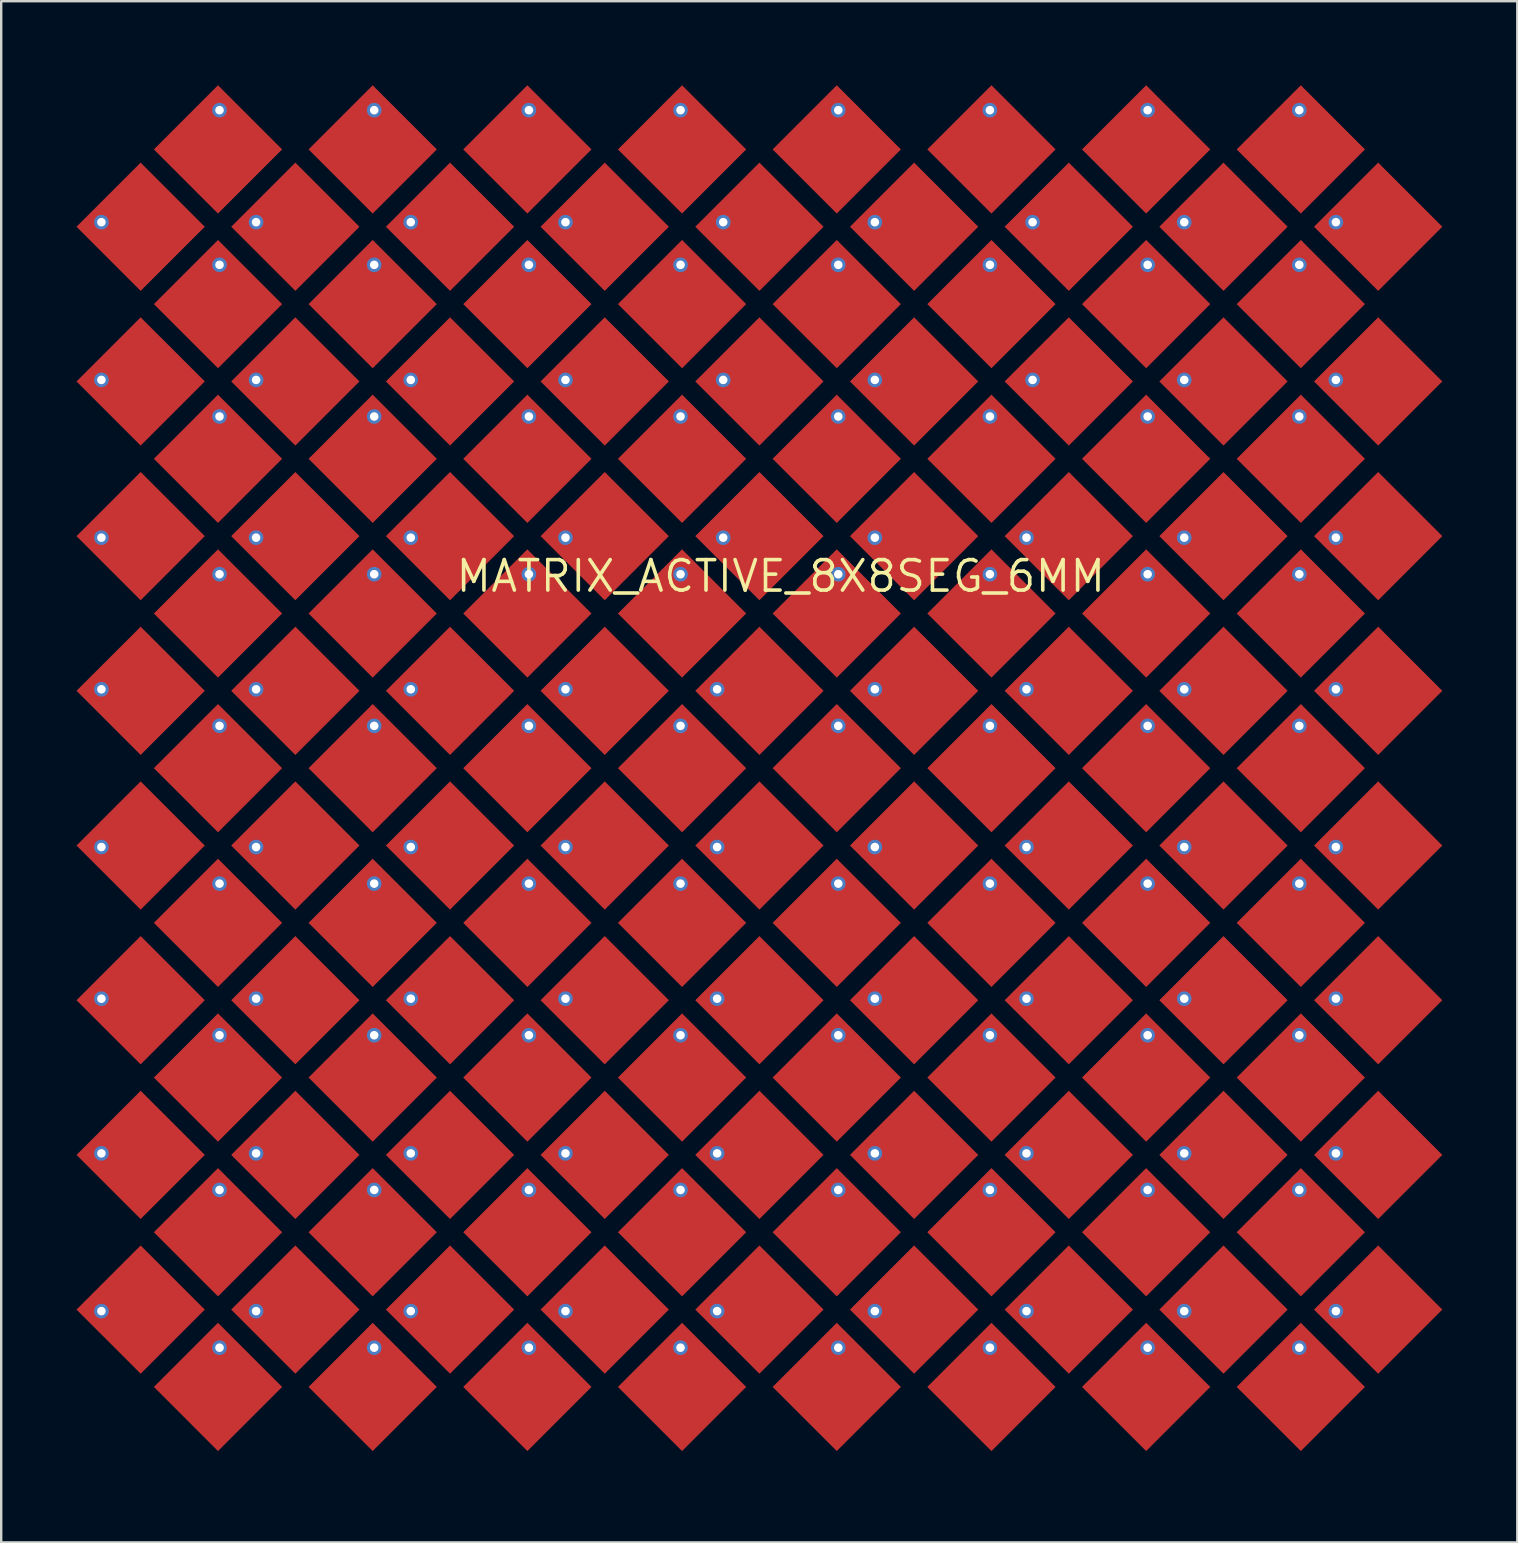
<source format=kicad_pcb>
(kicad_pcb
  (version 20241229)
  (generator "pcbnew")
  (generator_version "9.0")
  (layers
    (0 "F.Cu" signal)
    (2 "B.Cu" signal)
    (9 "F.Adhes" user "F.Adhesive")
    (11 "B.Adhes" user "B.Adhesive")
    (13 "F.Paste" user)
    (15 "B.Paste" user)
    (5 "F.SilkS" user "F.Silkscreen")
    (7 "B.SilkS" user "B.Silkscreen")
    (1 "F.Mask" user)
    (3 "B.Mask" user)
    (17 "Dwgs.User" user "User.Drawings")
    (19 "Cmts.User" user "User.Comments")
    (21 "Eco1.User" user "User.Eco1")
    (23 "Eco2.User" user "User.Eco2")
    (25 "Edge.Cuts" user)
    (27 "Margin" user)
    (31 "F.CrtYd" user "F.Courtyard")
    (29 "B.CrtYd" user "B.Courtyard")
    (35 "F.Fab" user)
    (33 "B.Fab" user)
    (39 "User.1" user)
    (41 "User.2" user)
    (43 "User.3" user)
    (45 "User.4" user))
  (footprint "MATRIX_ACTIVE_8X8SEG_6MM"
    (layer "F.Cu")
    (at 28.59 28.955)
    (property "Reference" "MATRIX_ACTIVE_8X8SEG_6MM" (at 0.89 -8 0) (layer "F.SilkS") (effects (font (size 1.27 1.27) (thickness 0.15))))
    (fp_poly (pts (xy -23.108 -22.558) (xy -25.78 -19.886) (xy -28.452 -22.558) (xy -25.78 -25.229)) (stroke (width 0) (type default)) (fill yes) (layer "F.Cu"))
    (fp_poly (pts (xy -23.108 -16.113) (xy -25.78 -13.441) (xy -28.452 -16.113) (xy -25.78 -18.784)) (stroke (width 0) (type default)) (fill yes) (layer "F.Cu"))
    (fp_poly (pts (xy -23.108 -9.668) (xy -25.78 -6.996) (xy -28.452 -9.668) (xy -25.78 -12.339)) (stroke (width 0) (type default)) (fill yes) (layer "F.Cu"))
    (fp_poly (pts (xy -23.108 -3.223) (xy -25.78 -0.551) (xy -28.452 -3.223) (xy -25.78 -5.894)) (stroke (width 0) (type default)) (fill yes) (layer "F.Cu"))
    (fp_poly (pts (xy -23.108 3.223) (xy -25.78 5.894) (xy -28.452 3.223) (xy -25.78 0.551)) (stroke (width 0) (type default)) (fill yes) (layer "F.Cu"))
    (fp_poly (pts (xy -23.108 9.668) (xy -25.78 12.339) (xy -28.452 9.668) (xy -25.78 6.996)) (stroke (width 0) (type default)) (fill yes) (layer "F.Cu"))
    (fp_poly (pts (xy -23.108 16.113) (xy -25.78 18.784) (xy -28.452 16.113) (xy -25.78 13.441)) (stroke (width 0) (type default)) (fill yes) (layer "F.Cu"))
    (fp_poly (pts (xy -23.108 22.558) (xy -25.78 25.229) (xy -28.452 22.558) (xy -25.78 19.886)) (stroke (width 0) (type default)) (fill yes) (layer "F.Cu"))
    (fp_poly (pts (xy -19.886 -25.78) (xy -22.558 -23.108) (xy -25.229 -25.78) (xy -22.558 -28.452)) (stroke (width 0) (type default)) (fill yes) (layer "F.Cu"))
    (fp_poly (pts (xy -19.886 -19.335) (xy -22.558 -16.663) (xy -25.229 -19.335) (xy -22.558 -22.007)) (stroke (width 0) (type default)) (fill yes) (layer "F.Cu"))
    (fp_poly (pts (xy -19.886 -12.89) (xy -22.558 -10.218) (xy -25.229 -12.89) (xy -22.558 -15.562)) (stroke (width 0) (type default)) (fill yes) (layer "F.Cu"))
    (fp_poly (pts (xy -19.886 -6.445) (xy -22.558 -3.773) (xy -25.229 -6.445) (xy -22.558 -9.117)) (stroke (width 0) (type default)) (fill yes) (layer "F.Cu"))
    (fp_poly (pts (xy -19.886 0) (xy -22.558 2.672) (xy -25.229 0) (xy -22.558 -2.672)) (stroke (width 0) (type default)) (fill yes) (layer "F.Cu"))
    (fp_poly (pts (xy -19.886 6.445) (xy -22.558 9.117) (xy -25.229 6.445) (xy -22.558 3.773)) (stroke (width 0) (type default)) (fill yes) (layer "F.Cu"))
    (fp_poly (pts (xy -19.886 12.89) (xy -22.558 15.562) (xy -25.229 12.89) (xy -22.558 10.218)) (stroke (width 0) (type default)) (fill yes) (layer "F.Cu"))
    (fp_poly (pts (xy -19.886 19.335) (xy -22.558 22.007) (xy -25.229 19.335) (xy -22.558 16.663)) (stroke (width 0) (type default)) (fill yes) (layer "F.Cu"))
    (fp_poly (pts (xy -19.886 25.78) (xy -22.558 28.452) (xy -25.229 25.78) (xy -22.558 23.108)) (stroke (width 0) (type default)) (fill yes) (layer "F.Cu"))
    (fp_poly (pts (xy -16.663 -22.558) (xy -19.335 -19.886) (xy -22.007 -22.558) (xy -19.335 -25.229)) (stroke (width 0) (type default)) (fill yes) (layer "F.Cu"))
    (fp_poly (pts (xy -16.663 -16.113) (xy -19.335 -13.441) (xy -22.007 -16.113) (xy -19.335 -18.784)) (stroke (width 0) (type default)) (fill yes) (layer "F.Cu"))
    (fp_poly (pts (xy -16.663 -9.668) (xy -19.335 -6.996) (xy -22.007 -9.668) (xy -19.335 -12.339)) (stroke (width 0) (type default)) (fill yes) (layer "F.Cu"))
    (fp_poly (pts (xy -16.663 -3.223) (xy -19.335 -0.551) (xy -22.007 -3.223) (xy -19.335 -5.894)) (stroke (width 0) (type default)) (fill yes) (layer "F.Cu"))
    (fp_poly (pts (xy -16.663 3.223) (xy -19.335 5.894) (xy -22.007 3.223) (xy -19.335 0.551)) (stroke (width 0) (type default)) (fill yes) (layer "F.Cu"))
    (fp_poly (pts (xy -16.663 9.668) (xy -19.335 12.339) (xy -22.007 9.668) (xy -19.335 6.996)) (stroke (width 0) (type default)) (fill yes) (layer "F.Cu"))
    (fp_poly (pts (xy -16.663 16.113) (xy -19.335 18.784) (xy -22.007 16.113) (xy -19.335 13.441)) (stroke (width 0) (type default)) (fill yes) (layer "F.Cu"))
    (fp_poly (pts (xy -16.663 22.558) (xy -19.335 25.229) (xy -22.007 22.558) (xy -19.335 19.886)) (stroke (width 0) (type default)) (fill yes) (layer "F.Cu"))
    (fp_poly (pts (xy -13.441 -25.78) (xy -16.113 -23.108) (xy -18.784 -25.78) (xy -16.113 -28.452)) (stroke (width 0) (type default)) (fill yes) (layer "F.Cu"))
    (fp_poly (pts (xy -13.441 -19.335) (xy -16.113 -16.663) (xy -18.784 -19.335) (xy -16.113 -22.007)) (stroke (width 0) (type default)) (fill yes) (layer "F.Cu"))
    (fp_poly (pts (xy -13.441 -12.89) (xy -16.113 -10.218) (xy -18.784 -12.89) (xy -16.113 -15.562)) (stroke (width 0) (type default)) (fill yes) (layer "F.Cu"))
    (fp_poly (pts (xy -13.441 -6.445) (xy -16.113 -3.773) (xy -18.784 -6.445) (xy -16.113 -9.117)) (stroke (width 0) (type default)) (fill yes) (layer "F.Cu"))
    (fp_poly (pts (xy -13.441 0) (xy -16.113 2.672) (xy -18.784 0) (xy -16.113 -2.672)) (stroke (width 0) (type default)) (fill yes) (layer "F.Cu"))
    (fp_poly (pts (xy -13.441 6.445) (xy -16.113 9.117) (xy -18.784 6.445) (xy -16.113 3.773)) (stroke (width 0) (type default)) (fill yes) (layer "F.Cu"))
    (fp_poly (pts (xy -13.441 12.89) (xy -16.113 15.562) (xy -18.784 12.89) (xy -16.113 10.218)) (stroke (width 0) (type default)) (fill yes) (layer "F.Cu"))
    (fp_poly (pts (xy -13.441 19.335) (xy -16.113 22.007) (xy -18.784 19.335) (xy -16.113 16.663)) (stroke (width 0) (type default)) (fill yes) (layer "F.Cu"))
    (fp_poly (pts (xy -13.441 25.78) (xy -16.113 28.452) (xy -18.784 25.78) (xy -16.113 23.108)) (stroke (width 0) (type default)) (fill yes) (layer "F.Cu"))
    (fp_poly (pts (xy -10.218 -22.558) (xy -12.89 -19.886) (xy -15.562 -22.558) (xy -12.89 -25.229)) (stroke (width 0) (type default)) (fill yes) (layer "F.Cu"))
    (fp_poly (pts (xy -10.218 -16.113) (xy -12.89 -13.441) (xy -15.562 -16.113) (xy -12.89 -18.784)) (stroke (width 0) (type default)) (fill yes) (layer "F.Cu"))
    (fp_poly (pts (xy -10.218 -9.668) (xy -12.89 -6.996) (xy -15.562 -9.668) (xy -12.89 -12.339)) (stroke (width 0) (type default)) (fill yes) (layer "F.Cu"))
    (fp_poly (pts (xy -10.218 -3.223) (xy -12.89 -0.551) (xy -15.562 -3.223) (xy -12.89 -5.894)) (stroke (width 0) (type default)) (fill yes) (layer "F.Cu"))
    (fp_poly (pts (xy -10.218 3.223) (xy -12.89 5.894) (xy -15.562 3.223) (xy -12.89 0.551)) (stroke (width 0) (type default)) (fill yes) (layer "F.Cu"))
    (fp_poly (pts (xy -10.218 9.668) (xy -12.89 12.339) (xy -15.562 9.668) (xy -12.89 6.996)) (stroke (width 0) (type default)) (fill yes) (layer "F.Cu"))
    (fp_poly (pts (xy -10.218 16.113) (xy -12.89 18.784) (xy -15.562 16.113) (xy -12.89 13.441)) (stroke (width 0) (type default)) (fill yes) (layer "F.Cu"))
    (fp_poly (pts (xy -10.218 22.558) (xy -12.89 25.229) (xy -15.562 22.558) (xy -12.89 19.886)) (stroke (width 0) (type default)) (fill yes) (layer "F.Cu"))
    (fp_poly (pts (xy -6.996 -25.78) (xy -9.668 -23.108) (xy -12.339 -25.78) (xy -9.668 -28.452)) (stroke (width 0) (type default)) (fill yes) (layer "F.Cu"))
    (fp_poly (pts (xy -6.996 -19.335) (xy -9.668 -16.663) (xy -12.339 -19.335) (xy -9.668 -22.007)) (stroke (width 0) (type default)) (fill yes) (layer "F.Cu"))
    (fp_poly (pts (xy -6.996 -12.89) (xy -9.668 -10.218) (xy -12.339 -12.89) (xy -9.668 -15.562)) (stroke (width 0) (type default)) (fill yes) (layer "F.Cu"))
    (fp_poly (pts (xy -6.996 -6.445) (xy -9.668 -3.773) (xy -12.339 -6.445) (xy -9.668 -9.117)) (stroke (width 0) (type default)) (fill yes) (layer "F.Cu"))
    (fp_poly (pts (xy -6.996 0) (xy -9.668 2.672) (xy -12.339 0) (xy -9.668 -2.672)) (stroke (width 0) (type default)) (fill yes) (layer "F.Cu"))
    (fp_poly (pts (xy -6.996 6.445) (xy -9.668 9.117) (xy -12.339 6.445) (xy -9.668 3.773)) (stroke (width 0) (type default)) (fill yes) (layer "F.Cu"))
    (fp_poly (pts (xy -6.996 12.89) (xy -9.668 15.562) (xy -12.339 12.89) (xy -9.668 10.218)) (stroke (width 0) (type default)) (fill yes) (layer "F.Cu"))
    (fp_poly (pts (xy -6.996 19.335) (xy -9.668 22.007) (xy -12.339 19.335) (xy -9.668 16.663)) (stroke (width 0) (type default)) (fill yes) (layer "F.Cu"))
    (fp_poly (pts (xy -6.996 25.78) (xy -9.668 28.452) (xy -12.339 25.78) (xy -9.668 23.108)) (stroke (width 0) (type default)) (fill yes) (layer "F.Cu"))
    (fp_poly (pts (xy -3.773 -22.558) (xy -6.445 -19.886) (xy -9.117 -22.558) (xy -6.445 -25.229)) (stroke (width 0) (type default)) (fill yes) (layer "F.Cu"))
    (fp_poly (pts (xy -3.773 -16.113) (xy -6.445 -13.441) (xy -9.117 -16.113) (xy -6.445 -18.784)) (stroke (width 0) (type default)) (fill yes) (layer "F.Cu"))
    (fp_poly (pts (xy -3.773 -9.668) (xy -6.445 -6.996) (xy -9.117 -9.668) (xy -6.445 -12.339)) (stroke (width 0) (type default)) (fill yes) (layer "F.Cu"))
    (fp_poly (pts (xy -3.773 -3.223) (xy -6.445 -0.551) (xy -9.117 -3.223) (xy -6.445 -5.894)) (stroke (width 0) (type default)) (fill yes) (layer "F.Cu"))
    (fp_poly (pts (xy -3.773 3.223) (xy -6.445 5.894) (xy -9.117 3.223) (xy -6.445 0.551)) (stroke (width 0) (type default)) (fill yes) (layer "F.Cu"))
    (fp_poly (pts (xy -3.773 9.668) (xy -6.445 12.339) (xy -9.117 9.668) (xy -6.445 6.996)) (stroke (width 0) (type default)) (fill yes) (layer "F.Cu"))
    (fp_poly (pts (xy -3.773 16.113) (xy -6.445 18.784) (xy -9.117 16.113) (xy -6.445 13.441)) (stroke (width 0) (type default)) (fill yes) (layer "F.Cu"))
    (fp_poly (pts (xy -3.773 22.558) (xy -6.445 25.229) (xy -9.117 22.558) (xy -6.445 19.886)) (stroke (width 0) (type default)) (fill yes) (layer "F.Cu"))
    (fp_poly (pts (xy -0.551 -25.78) (xy -3.223 -23.108) (xy -5.894 -25.78) (xy -3.223 -28.452)) (stroke (width 0) (type default)) (fill yes) (layer "F.Cu"))
    (fp_poly (pts (xy -0.551 -19.335) (xy -3.223 -16.663) (xy -5.894 -19.335) (xy -3.223 -22.007)) (stroke (width 0) (type default)) (fill yes) (layer "F.Cu"))
    (fp_poly (pts (xy -0.551 -12.89) (xy -3.223 -10.218) (xy -5.894 -12.89) (xy -3.223 -15.562)) (stroke (width 0) (type default)) (fill yes) (layer "F.Cu"))
    (fp_poly (pts (xy -0.551 -6.445) (xy -3.223 -3.773) (xy -5.894 -6.445) (xy -3.223 -9.117)) (stroke (width 0) (type default)) (fill yes) (layer "F.Cu"))
    (fp_poly (pts (xy -0.551 0) (xy -3.223 2.672) (xy -5.894 0) (xy -3.223 -2.672)) (stroke (width 0) (type default)) (fill yes) (layer "F.Cu"))
    (fp_poly (pts (xy -0.551 6.445) (xy -3.223 9.117) (xy -5.894 6.445) (xy -3.223 3.773)) (stroke (width 0) (type default)) (fill yes) (layer "F.Cu"))
    (fp_poly (pts (xy -0.551 12.89) (xy -3.223 15.562) (xy -5.894 12.89) (xy -3.223 10.218)) (stroke (width 0) (type default)) (fill yes) (layer "F.Cu"))
    (fp_poly (pts (xy -0.551 19.335) (xy -3.223 22.007) (xy -5.894 19.335) (xy -3.223 16.663)) (stroke (width 0) (type default)) (fill yes) (layer "F.Cu"))
    (fp_poly (pts (xy -0.551 25.78) (xy -3.223 28.452) (xy -5.894 25.78) (xy -3.223 23.108)) (stroke (width 0) (type default)) (fill yes) (layer "F.Cu"))
    (fp_poly (pts (xy 2.672 -22.558) (xy 0 -19.886) (xy -2.672 -22.558) (xy 0 -25.229)) (stroke (width 0) (type default)) (fill yes) (layer "F.Cu"))
    (fp_poly (pts (xy 2.672 -16.113) (xy 0 -13.441) (xy -2.672 -16.113) (xy 0 -18.784)) (stroke (width 0) (type default)) (fill yes) (layer "F.Cu"))
    (fp_poly (pts (xy 2.672 -9.668) (xy 0 -6.996) (xy -2.672 -9.668) (xy 0 -12.339)) (stroke (width 0) (type default)) (fill yes) (layer "F.Cu"))
    (fp_poly (pts (xy 2.672 -3.223) (xy 0 -0.551) (xy -2.672 -3.223) (xy 0 -5.894)) (stroke (width 0) (type default)) (fill yes) (layer "F.Cu"))
    (fp_poly (pts (xy 2.672 3.223) (xy 0 5.894) (xy -2.672 3.223) (xy 0 0.551)) (stroke (width 0) (type default)) (fill yes) (layer "F.Cu"))
    (fp_poly (pts (xy 2.672 9.668) (xy 0 12.339) (xy -2.672 9.668) (xy 0 6.996)) (stroke (width 0) (type default)) (fill yes) (layer "F.Cu"))
    (fp_poly (pts (xy 2.672 16.113) (xy 0 18.784) (xy -2.672 16.113) (xy 0 13.441)) (stroke (width 0) (type default)) (fill yes) (layer "F.Cu"))
    (fp_poly (pts (xy 2.672 22.558) (xy 0 25.229) (xy -2.672 22.558) (xy 0 19.886)) (stroke (width 0) (type default)) (fill yes) (layer "F.Cu"))
    (fp_poly (pts (xy 5.894 -25.78) (xy 3.223 -23.108) (xy 0.551 -25.78) (xy 3.223 -28.452)) (stroke (width 0) (type default)) (fill yes) (layer "F.Cu"))
    (fp_poly (pts (xy 5.894 -19.335) (xy 3.223 -16.663) (xy 0.551 -19.335) (xy 3.223 -22.007)) (stroke (width 0) (type default)) (fill yes) (layer "F.Cu"))
    (fp_poly (pts (xy 5.894 -12.89) (xy 3.223 -10.218) (xy 0.551 -12.89) (xy 3.223 -15.562)) (stroke (width 0) (type default)) (fill yes) (layer "F.Cu"))
    (fp_poly (pts (xy 5.894 -6.445) (xy 3.223 -3.773) (xy 0.551 -6.445) (xy 3.223 -9.117)) (stroke (width 0) (type default)) (fill yes) (layer "F.Cu"))
    (fp_poly (pts (xy 5.894 0) (xy 3.223 2.672) (xy 0.551 0) (xy 3.223 -2.672)) (stroke (width 0) (type default)) (fill yes) (layer "F.Cu"))
    (fp_poly (pts (xy 5.894 6.445) (xy 3.223 9.117) (xy 0.551 6.445) (xy 3.223 3.773)) (stroke (width 0) (type default)) (fill yes) (layer "F.Cu"))
    (fp_poly (pts (xy 5.894 12.89) (xy 3.223 15.562) (xy 0.551 12.89) (xy 3.223 10.218)) (stroke (width 0) (type default)) (fill yes) (layer "F.Cu"))
    (fp_poly (pts (xy 5.894 19.335) (xy 3.223 22.007) (xy 0.551 19.335) (xy 3.223 16.663)) (stroke (width 0) (type default)) (fill yes) (layer "F.Cu"))
    (fp_poly (pts (xy 5.894 25.78) (xy 3.223 28.452) (xy 0.551 25.78) (xy 3.223 23.108)) (stroke (width 0) (type default)) (fill yes) (layer "F.Cu"))
    (fp_poly (pts (xy 9.117 -22.558) (xy 6.445 -19.886) (xy 3.773 -22.558) (xy 6.445 -25.229)) (stroke (width 0) (type default)) (fill yes) (layer "F.Cu"))
    (fp_poly (pts (xy 9.117 -16.113) (xy 6.445 -13.441) (xy 3.773 -16.113) (xy 6.445 -18.784)) (stroke (width 0) (type default)) (fill yes) (layer "F.Cu"))
    (fp_poly (pts (xy 9.117 -9.668) (xy 6.445 -6.996) (xy 3.773 -9.668) (xy 6.445 -12.339)) (stroke (width 0) (type default)) (fill yes) (layer "F.Cu"))
    (fp_poly (pts (xy 9.117 -3.223) (xy 6.445 -0.551) (xy 3.773 -3.223) (xy 6.445 -5.894)) (stroke (width 0) (type default)) (fill yes) (layer "F.Cu"))
    (fp_poly (pts (xy 9.117 3.223) (xy 6.445 5.894) (xy 3.773 3.223) (xy 6.445 0.551)) (stroke (width 0) (type default)) (fill yes) (layer "F.Cu"))
    (fp_poly (pts (xy 9.117 9.668) (xy 6.445 12.339) (xy 3.773 9.668) (xy 6.445 6.996)) (stroke (width 0) (type default)) (fill yes) (layer "F.Cu"))
    (fp_poly (pts (xy 9.117 16.113) (xy 6.445 18.784) (xy 3.773 16.113) (xy 6.445 13.441)) (stroke (width 0) (type default)) (fill yes) (layer "F.Cu"))
    (fp_poly (pts (xy 9.117 22.558) (xy 6.445 25.229) (xy 3.773 22.558) (xy 6.445 19.886)) (stroke (width 0) (type default)) (fill yes) (layer "F.Cu"))
    (fp_poly (pts (xy 12.339 -25.78) (xy 9.668 -23.108) (xy 6.996 -25.78) (xy 9.668 -28.452)) (stroke (width 0) (type default)) (fill yes) (layer "F.Cu"))
    (fp_poly (pts (xy 12.339 -19.335) (xy 9.668 -16.663) (xy 6.996 -19.335) (xy 9.668 -22.007)) (stroke (width 0) (type default)) (fill yes) (layer "F.Cu"))
    (fp_poly (pts (xy 12.339 -12.89) (xy 9.668 -10.218) (xy 6.996 -12.89) (xy 9.668 -15.562)) (stroke (width 0) (type default)) (fill yes) (layer "F.Cu"))
    (fp_poly (pts (xy 12.339 -6.445) (xy 9.668 -3.773) (xy 6.996 -6.445) (xy 9.668 -9.117)) (stroke (width 0) (type default)) (fill yes) (layer "F.Cu"))
    (fp_poly (pts (xy 12.339 0) (xy 9.668 2.672) (xy 6.996 0) (xy 9.668 -2.672)) (stroke (width 0) (type default)) (fill yes) (layer "F.Cu"))
    (fp_poly (pts (xy 12.339 6.445) (xy 9.668 9.117) (xy 6.996 6.445) (xy 9.668 3.773)) (stroke (width 0) (type default)) (fill yes) (layer "F.Cu"))
    (fp_poly (pts (xy 12.339 12.89) (xy 9.668 15.562) (xy 6.996 12.89) (xy 9.668 10.218)) (stroke (width 0) (type default)) (fill yes) (layer "F.Cu"))
    (fp_poly (pts (xy 12.339 19.335) (xy 9.668 22.007) (xy 6.996 19.335) (xy 9.668 16.663)) (stroke (width 0) (type default)) (fill yes) (layer "F.Cu"))
    (fp_poly (pts (xy 12.339 25.78) (xy 9.668 28.452) (xy 6.996 25.78) (xy 9.668 23.108)) (stroke (width 0) (type default)) (fill yes) (layer "F.Cu"))
    (fp_poly (pts (xy 15.562 -22.558) (xy 12.89 -19.886) (xy 10.218 -22.558) (xy 12.89 -25.229)) (stroke (width 0) (type default)) (fill yes) (layer "F.Cu"))
    (fp_poly (pts (xy 15.562 -16.113) (xy 12.89 -13.441) (xy 10.218 -16.113) (xy 12.89 -18.784)) (stroke (width 0) (type default)) (fill yes) (layer "F.Cu"))
    (fp_poly (pts (xy 15.562 -9.668) (xy 12.89 -6.996) (xy 10.218 -9.668) (xy 12.89 -12.339)) (stroke (width 0) (type default)) (fill yes) (layer "F.Cu"))
    (fp_poly (pts (xy 15.562 -3.223) (xy 12.89 -0.551) (xy 10.218 -3.223) (xy 12.89 -5.894)) (stroke (width 0) (type default)) (fill yes) (layer "F.Cu"))
    (fp_poly (pts (xy 15.562 3.223) (xy 12.89 5.894) (xy 10.218 3.223) (xy 12.89 0.551)) (stroke (width 0) (type default)) (fill yes) (layer "F.Cu"))
    (fp_poly (pts (xy 15.562 9.668) (xy 12.89 12.339) (xy 10.218 9.668) (xy 12.89 6.996)) (stroke (width 0) (type default)) (fill yes) (layer "F.Cu"))
    (fp_poly (pts (xy 15.562 16.113) (xy 12.89 18.784) (xy 10.218 16.113) (xy 12.89 13.441)) (stroke (width 0) (type default)) (fill yes) (layer "F.Cu"))
    (fp_poly (pts (xy 15.562 22.558) (xy 12.89 25.229) (xy 10.218 22.558) (xy 12.89 19.886)) (stroke (width 0) (type default)) (fill yes) (layer "F.Cu"))
    (fp_poly (pts (xy 18.784 -25.78) (xy 16.113 -23.108) (xy 13.441 -25.78) (xy 16.113 -28.452)) (stroke (width 0) (type default)) (fill yes) (layer "F.Cu"))
    (fp_poly (pts (xy 18.784 -19.335) (xy 16.113 -16.663) (xy 13.441 -19.335) (xy 16.113 -22.007)) (stroke (width 0) (type default)) (fill yes) (layer "F.Cu"))
    (fp_poly (pts (xy 18.784 -12.89) (xy 16.113 -10.218) (xy 13.441 -12.89) (xy 16.113 -15.562)) (stroke (width 0) (type default)) (fill yes) (layer "F.Cu"))
    (fp_poly (pts (xy 18.784 -6.445) (xy 16.113 -3.773) (xy 13.441 -6.445) (xy 16.113 -9.117)) (stroke (width 0) (type default)) (fill yes) (layer "F.Cu"))
    (fp_poly (pts (xy 18.784 0) (xy 16.113 2.672) (xy 13.441 0) (xy 16.113 -2.672)) (stroke (width 0) (type default)) (fill yes) (layer "F.Cu"))
    (fp_poly (pts (xy 18.784 6.445) (xy 16.113 9.117) (xy 13.441 6.445) (xy 16.113 3.773)) (stroke (width 0) (type default)) (fill yes) (layer "F.Cu"))
    (fp_poly (pts (xy 18.784 12.89) (xy 16.113 15.562) (xy 13.441 12.89) (xy 16.113 10.218)) (stroke (width 0) (type default)) (fill yes) (layer "F.Cu"))
    (fp_poly (pts (xy 18.784 19.335) (xy 16.113 22.007) (xy 13.441 19.335) (xy 16.113 16.663)) (stroke (width 0) (type default)) (fill yes) (layer "F.Cu"))
    (fp_poly (pts (xy 18.784 25.78) (xy 16.113 28.452) (xy 13.441 25.78) (xy 16.113 23.108)) (stroke (width 0) (type default)) (fill yes) (layer "F.Cu"))
    (fp_poly (pts (xy 22.007 -22.558) (xy 19.335 -19.886) (xy 16.663 -22.558) (xy 19.335 -25.229)) (stroke (width 0) (type default)) (fill yes) (layer "F.Cu"))
    (fp_poly (pts (xy 22.007 -16.113) (xy 19.335 -13.441) (xy 16.663 -16.113) (xy 19.335 -18.784)) (stroke (width 0) (type default)) (fill yes) (layer "F.Cu"))
    (fp_poly (pts (xy 22.007 -9.668) (xy 19.335 -6.996) (xy 16.663 -9.668) (xy 19.335 -12.339)) (stroke (width 0) (type default)) (fill yes) (layer "F.Cu"))
    (fp_poly (pts (xy 22.007 -3.223) (xy 19.335 -0.551) (xy 16.663 -3.223) (xy 19.335 -5.894)) (stroke (width 0) (type default)) (fill yes) (layer "F.Cu"))
    (fp_poly (pts (xy 22.007 3.223) (xy 19.335 5.894) (xy 16.663 3.223) (xy 19.335 0.551)) (stroke (width 0) (type default)) (fill yes) (layer "F.Cu"))
    (fp_poly (pts (xy 22.007 9.668) (xy 19.335 12.339) (xy 16.663 9.668) (xy 19.335 6.996)) (stroke (width 0) (type default)) (fill yes) (layer "F.Cu"))
    (fp_poly (pts (xy 22.007 16.113) (xy 19.335 18.784) (xy 16.663 16.113) (xy 19.335 13.441)) (stroke (width 0) (type default)) (fill yes) (layer "F.Cu"))
    (fp_poly (pts (xy 22.007 22.558) (xy 19.335 25.229) (xy 16.663 22.558) (xy 19.335 19.886)) (stroke (width 0) (type default)) (fill yes) (layer "F.Cu"))
    (fp_poly (pts (xy 25.229 -25.78) (xy 22.558 -23.108) (xy 19.886 -25.78) (xy 22.558 -28.452)) (stroke (width 0) (type default)) (fill yes) (layer "F.Cu"))
    (fp_poly (pts (xy 25.229 -19.335) (xy 22.558 -16.663) (xy 19.886 -19.335) (xy 22.558 -22.007)) (stroke (width 0) (type default)) (fill yes) (layer "F.Cu"))
    (fp_poly (pts (xy 25.229 -12.89) (xy 22.558 -10.218) (xy 19.886 -12.89) (xy 22.558 -15.562)) (stroke (width 0) (type default)) (fill yes) (layer "F.Cu"))
    (fp_poly (pts (xy 25.229 -6.445) (xy 22.558 -3.773) (xy 19.886 -6.445) (xy 22.558 -9.117)) (stroke (width 0) (type default)) (fill yes) (layer "F.Cu"))
    (fp_poly (pts (xy 25.229 0) (xy 22.558 2.672) (xy 19.886 0) (xy 22.558 -2.672)) (stroke (width 0) (type default)) (fill yes) (layer "F.Cu"))
    (fp_poly (pts (xy 25.229 6.445) (xy 22.558 9.117) (xy 19.886 6.445) (xy 22.558 3.773)) (stroke (width 0) (type default)) (fill yes) (layer "F.Cu"))
    (fp_poly (pts (xy 25.229 12.89) (xy 22.558 15.562) (xy 19.886 12.89) (xy 22.558 10.218)) (stroke (width 0) (type default)) (fill yes) (layer "F.Cu"))
    (fp_poly (pts (xy 25.229 19.335) (xy 22.558 22.007) (xy 19.886 19.335) (xy 22.558 16.663)) (stroke (width 0) (type default)) (fill yes) (layer "F.Cu"))
    (fp_poly (pts (xy 25.229 25.78) (xy 22.558 28.452) (xy 19.886 25.78) (xy 22.558 23.108)) (stroke (width 0) (type default)) (fill yes) (layer "F.Cu"))
    (fp_poly (pts (xy 28.452 -22.558) (xy 25.78 -19.886) (xy 23.108 -22.558) (xy 25.78 -25.229)) (stroke (width 0) (type default)) (fill yes) (layer "F.Cu"))
    (fp_poly (pts (xy 28.452 -16.113) (xy 25.78 -13.441) (xy 23.108 -16.113) (xy 25.78 -18.784)) (stroke (width 0) (type default)) (fill yes) (layer "F.Cu"))
    (fp_poly (pts (xy 28.452 -9.668) (xy 25.78 -6.996) (xy 23.108 -9.668) (xy 25.78 -12.339)) (stroke (width 0) (type default)) (fill yes) (layer "F.Cu"))
    (fp_poly (pts (xy 28.452 -3.223) (xy 25.78 -0.551) (xy 23.108 -3.223) (xy 25.78 -5.894)) (stroke (width 0) (type default)) (fill yes) (layer "F.Cu"))
    (fp_poly (pts (xy 28.452 3.223) (xy 25.78 5.894) (xy 23.108 3.223) (xy 25.78 0.551)) (stroke (width 0) (type default)) (fill yes) (layer "F.Cu"))
    (fp_poly (pts (xy 28.452 9.668) (xy 25.78 12.339) (xy 23.108 9.668) (xy 25.78 6.996)) (stroke (width 0) (type default)) (fill yes) (layer "F.Cu"))
    (fp_poly (pts (xy 28.452 16.113) (xy 25.78 18.784) (xy 23.108 16.113) (xy 25.78 13.441)) (stroke (width 0) (type default)) (fill yes) (layer "F.Cu"))
    (fp_poly (pts (xy 28.452 22.558) (xy 25.78 25.229) (xy 23.108 22.558) (xy 25.78 19.886)) (stroke (width 0) (type default)) (fill yes) (layer "F.Cu"))
    (pad "X0Y0" thru_hole circle (at -22.494 -27.415) (size 0.61 0.61) (drill 0.356) (layers "*.Cu"))
    (pad "X0Y1" thru_hole circle (at -22.494 -20.97) (size 0.61 0.61) (drill 0.356) (layers "*.Cu"))
    (pad "X0Y2" thru_hole circle (at -22.494 -14.652) (size 0.61 0.61) (drill 0.356) (layers "*.Cu"))
    (pad "X0Y3" thru_hole circle (at -22.494 -8.08) (size 0.61 0.61) (drill 0.356) (layers "*.Cu"))
    (pad "X0Y4" thru_hole circle (at -22.494 -1.762) (size 0.61 0.61) (drill 0.356) (layers "*.Cu"))
    (pad "X0Y5" thru_hole circle (at -22.494 4.81) (size 0.61 0.61) (drill 0.356) (layers "*.Cu"))
    (pad "X0Y6" thru_hole circle (at -22.494 11.128) (size 0.61 0.61) (drill 0.356) (layers "*.Cu"))
    (pad "X0Y7" thru_hole circle (at -22.494 17.573) (size 0.61 0.61) (drill 0.356) (layers "*.Cu"))
    (pad "X0Y8" thru_hole circle (at -22.494 24.145) (size 0.61 0.61) (drill 0.356) (layers "*.Cu"))
    (pad "X1Y0" thru_hole circle (at -16.049 -27.415) (size 0.61 0.61) (drill 0.356) (layers "*.Cu"))
    (pad "X1Y1" thru_hole circle (at -16.049 -20.97) (size 0.61 0.61) (drill 0.356) (layers "*.Cu"))
    (pad "X1Y2" thru_hole circle (at -16.049 -14.652) (size 0.61 0.61) (drill 0.356) (layers "*.Cu"))
    (pad "X1Y3" thru_hole circle (at -16.049 -8.08) (size 0.61 0.61) (drill 0.356) (layers "*.Cu"))
    (pad "X1Y4" thru_hole circle (at -16.049 -1.762) (size 0.61 0.61) (drill 0.356) (layers "*.Cu"))
    (pad "X1Y5" thru_hole circle (at -16.049 4.81) (size 0.61 0.61) (drill 0.356) (layers "*.Cu"))
    (pad "X1Y6" thru_hole circle (at -16.049 11.128) (size 0.61 0.61) (drill 0.356) (layers "*.Cu"))
    (pad "X1Y7" thru_hole circle (at -16.049 17.573) (size 0.61 0.61) (drill 0.356) (layers "*.Cu"))
    (pad "X1Y8" thru_hole circle (at -16.049 24.145) (size 0.61 0.61) (drill 0.356) (layers "*.Cu"))
    (pad "X2Y0" thru_hole circle (at -9.604 -27.415) (size 0.61 0.61) (drill 0.356) (layers "*.Cu"))
    (pad "X2Y1" thru_hole circle (at -9.604 -20.97) (size 0.61 0.61) (drill 0.356) (layers "*.Cu"))
    (pad "X2Y2" thru_hole circle (at -9.604 -14.652) (size 0.61 0.61) (drill 0.356) (layers "*.Cu"))
    (pad "X2Y3" thru_hole circle (at -9.604 -8.08) (size 0.61 0.61) (drill 0.356) (layers "*.Cu"))
    (pad "X2Y4" thru_hole circle (at -9.604 -1.762) (size 0.61 0.61) (drill 0.356) (layers "*.Cu"))
    (pad "X2Y5" thru_hole circle (at -9.604 4.81) (size 0.61 0.61) (drill 0.356) (layers "*.Cu"))
    (pad "X2Y6" thru_hole circle (at -9.604 11.128) (size 0.61 0.61) (drill 0.356) (layers "*.Cu"))
    (pad "X2Y7" thru_hole circle (at -9.604 17.573) (size 0.61 0.61) (drill 0.356) (layers "*.Cu"))
    (pad "X2Y8" thru_hole circle (at -9.604 24.145) (size 0.61 0.61) (drill 0.356) (layers "*.Cu"))
    (pad "X3Y0" thru_hole circle (at -3.286 -27.415) (size 0.61 0.61) (drill 0.356) (layers "*.Cu"))
    (pad "X3Y1" thru_hole circle (at -3.286 -20.97) (size 0.61 0.61) (drill 0.356) (layers "*.Cu"))
    (pad "X3Y2" thru_hole circle (at -3.286 -14.652) (size 0.61 0.61) (drill 0.356) (layers "*.Cu"))
    (pad "X3Y3" thru_hole circle (at -3.286 -8.08) (size 0.61 0.61) (drill 0.356) (layers "*.Cu"))
    (pad "X3Y4" thru_hole circle (at -3.286 -1.762) (size 0.61 0.61) (drill 0.356) (layers "*.Cu"))
    (pad "X3Y5" thru_hole circle (at -3.286 4.81) (size 0.61 0.61) (drill 0.356) (layers "*.Cu"))
    (pad "X3Y6" thru_hole circle (at -3.286 11.128) (size 0.61 0.61) (drill 0.356) (layers "*.Cu"))
    (pad "X3Y7" thru_hole circle (at -3.286 17.573) (size 0.61 0.61) (drill 0.356) (layers "*.Cu"))
    (pad "X3Y8" thru_hole circle (at -3.286 24.145) (size 0.61 0.61) (drill 0.356) (layers "*.Cu"))
    (pad "X4Y0" thru_hole circle (at 3.286 -27.415) (size 0.61 0.61) (drill 0.356) (layers "*.Cu"))
    (pad "X4Y1" thru_hole circle (at 3.286 -20.97) (size 0.61 0.61) (drill 0.356) (layers "*.Cu"))
    (pad "X4Y2" thru_hole circle (at 3.286 -14.652) (size 0.61 0.61) (drill 0.356) (layers "*.Cu"))
    (pad "X4Y3" thru_hole circle (at 3.286 -8.08) (size 0.61 0.61) (drill 0.356) (layers "*.Cu"))
    (pad "X4Y4" thru_hole circle (at 3.286 -1.762) (size 0.61 0.61) (drill 0.356) (layers "*.Cu"))
    (pad "X4Y5" thru_hole circle (at 3.286 4.81) (size 0.61 0.61) (drill 0.356) (layers "*.Cu"))
    (pad "X4Y6" thru_hole circle (at 3.286 11.128) (size 0.61 0.61) (drill 0.356) (layers "*.Cu"))
    (pad "X4Y7" thru_hole circle (at 3.286 17.573) (size 0.61 0.61) (drill 0.356) (layers "*.Cu"))
    (pad "X4Y8" thru_hole circle (at 3.286 24.145) (size 0.61 0.61) (drill 0.356) (layers "*.Cu"))
    (pad "X5Y0" thru_hole circle (at 9.604 -27.415) (size 0.61 0.61) (drill 0.356) (layers "*.Cu"))
    (pad "X5Y1" thru_hole circle (at 9.604 -20.97) (size 0.61 0.61) (drill 0.356) (layers "*.Cu"))
    (pad "X5Y2" thru_hole circle (at 9.604 -14.652) (size 0.61 0.61) (drill 0.356) (layers "*.Cu"))
    (pad "X5Y3" thru_hole circle (at 9.604 -8.08) (size 0.61 0.61) (drill 0.356) (layers "*.Cu"))
    (pad "X5Y4" thru_hole circle (at 9.604 -1.762) (size 0.61 0.61) (drill 0.356) (layers "*.Cu"))
    (pad "X5Y5" thru_hole circle (at 9.604 4.81) (size 0.61 0.61) (drill 0.356) (layers "*.Cu"))
    (pad "X5Y6" thru_hole circle (at 9.604 11.128) (size 0.61 0.61) (drill 0.356) (layers "*.Cu"))
    (pad "X5Y7" thru_hole circle (at 9.604 17.573) (size 0.61 0.61) (drill 0.356) (layers "*.Cu"))
    (pad "X5Y8" thru_hole circle (at 9.604 24.145) (size 0.61 0.61) (drill 0.356) (layers "*.Cu"))
    (pad "X6Y0" thru_hole circle (at 16.176 -27.415) (size 0.61 0.61) (drill 0.356) (layers "*.Cu"))
    (pad "X6Y1" thru_hole circle (at 16.176 -20.97) (size 0.61 0.61) (drill 0.356) (layers "*.Cu"))
    (pad "X6Y2" thru_hole circle (at 16.176 -14.652) (size 0.61 0.61) (drill 0.356) (layers "*.Cu"))
    (pad "X6Y3" thru_hole circle (at 16.176 -8.08) (size 0.61 0.61) (drill 0.356) (layers "*.Cu"))
    (pad "X6Y4" thru_hole circle (at 16.176 -1.762) (size 0.61 0.61) (drill 0.356) (layers "*.Cu"))
    (pad "X6Y5" thru_hole circle (at 16.176 4.81) (size 0.61 0.61) (drill 0.356) (layers "*.Cu"))
    (pad "X6Y6" thru_hole circle (at 16.176 11.128) (size 0.61 0.61) (drill 0.356) (layers "*.Cu"))
    (pad "X6Y7" thru_hole circle (at 16.176 17.573) (size 0.61 0.61) (drill 0.356) (layers "*.Cu"))
    (pad "X6Y8" thru_hole circle (at 16.176 24.145) (size 0.61 0.61) (drill 0.356) (layers "*.Cu"))
    (pad "X7Y0" thru_hole circle (at 22.494 -27.415) (size 0.61 0.61) (drill 0.356) (layers "*.Cu"))
    (pad "X7Y1" thru_hole circle (at 22.494 -20.97) (size 0.61 0.61) (drill 0.356) (layers "*.Cu"))
    (pad "X7Y2" thru_hole circle (at 22.494 -14.652) (size 0.61 0.61) (drill 0.356) (layers "*.Cu"))
    (pad "X7Y3" thru_hole circle (at 22.494 -8.08) (size 0.61 0.61) (drill 0.356) (layers "*.Cu"))
    (pad "X7Y4" thru_hole circle (at 22.494 -1.762) (size 0.61 0.61) (drill 0.356) (layers "*.Cu"))
    (pad "X7Y5" thru_hole circle (at 22.494 4.81) (size 0.61 0.61) (drill 0.356) (layers "*.Cu"))
    (pad "X7Y6" thru_hole circle (at 22.494 11.128) (size 0.61 0.61) (drill 0.356) (layers "*.Cu"))
    (pad "X7Y7" thru_hole circle (at 22.494 17.573) (size 0.61 0.61) (drill 0.356) (layers "*.Cu"))
    (pad "X7Y8" thru_hole circle (at 22.494 24.145) (size 0.61 0.61) (drill 0.356) (layers "*.Cu"))
    (pad "Y0X0" thru_hole circle (at -27.415 -22.748) (size 0.61 0.61) (drill 0.356) (layers "*.Cu"))
    (pad "Y0X1" thru_hole circle (at -20.97 -22.748) (size 0.61 0.61) (drill 0.356) (layers "*.Cu"))
    (pad "Y0X2" thru_hole circle (at -14.525 -22.748) (size 0.61 0.61) (drill 0.356) (layers "*.Cu"))
    (pad "Y0X3" thru_hole circle (at -8.08 -22.748) (size 0.61 0.61) (drill 0.356) (layers "*.Cu"))
    (pad "Y0X4" thru_hole circle (at -1.508 -22.748) (size 0.61 0.61) (drill 0.356) (layers "*.Cu"))
    (pad "Y0X5" thru_hole circle (at 4.81 -22.748) (size 0.61 0.61) (drill 0.356) (layers "*.Cu"))
    (pad "Y0X6" thru_hole circle (at 11.382 -22.748) (size 0.61 0.61) (drill 0.356) (layers "*.Cu"))
    (pad "Y0X7" thru_hole circle (at 17.7 -22.748) (size 0.61 0.61) (drill 0.356) (layers "*.Cu"))
    (pad "Y0X8" thru_hole circle (at 24.018 -22.748) (size 0.61 0.61) (drill 0.356) (layers "*.Cu"))
    (pad "Y1X0" thru_hole circle (at -27.415 -16.176) (size 0.61 0.61) (drill 0.356) (layers "*.Cu"))
    (pad "Y1X1" thru_hole circle (at -20.97 -16.176) (size 0.61 0.61) (drill 0.356) (layers "*.Cu"))
    (pad "Y1X2" thru_hole circle (at -14.525 -16.176) (size 0.61 0.61) (drill 0.356) (layers "*.Cu"))
    (pad "Y1X3" thru_hole circle (at -8.08 -16.176) (size 0.61 0.61) (drill 0.356) (layers "*.Cu"))
    (pad "Y1X4" thru_hole circle (at -1.508 -16.176) (size 0.61 0.61) (drill 0.356) (layers "*.Cu"))
    (pad "Y1X5" thru_hole circle (at 4.81 -16.176) (size 0.61 0.61) (drill 0.356) (layers "*.Cu"))
    (pad "Y1X6" thru_hole circle (at 11.382 -16.176) (size 0.61 0.61) (drill 0.356) (layers "*.Cu"))
    (pad "Y1X7" thru_hole circle (at 17.7 -16.176) (size 0.61 0.61) (drill 0.356) (layers "*.Cu"))
    (pad "Y1X8" thru_hole circle (at 24.018 -16.176) (size 0.61 0.61) (drill 0.356) (layers "*.Cu"))
    (pad "Y2X0" thru_hole circle (at -27.415 -9.604) (size 0.61 0.61) (drill 0.356) (layers "*.Cu"))
    (pad "Y2X1" thru_hole circle (at -20.97 -9.604) (size 0.61 0.61) (drill 0.356) (layers "*.Cu"))
    (pad "Y2X2" thru_hole circle (at -14.525 -9.604) (size 0.61 0.61) (drill 0.356) (layers "*.Cu"))
    (pad "Y2X3" thru_hole circle (at -8.08 -9.604) (size 0.61 0.61) (drill 0.356) (layers "*.Cu"))
    (pad "Y2X4" thru_hole circle (at -1.508 -9.604) (size 0.61 0.61) (drill 0.356) (layers "*.Cu"))
    (pad "Y2X5" thru_hole circle (at 4.81 -9.604) (size 0.61 0.61) (drill 0.356) (layers "*.Cu"))
    (pad "Y2X6" thru_hole circle (at 11.128 -9.604) (size 0.61 0.61) (drill 0.356) (layers "*.Cu"))
    (pad "Y2X7" thru_hole circle (at 17.7 -9.604) (size 0.61 0.61) (drill 0.356) (layers "*.Cu"))
    (pad "Y2X8" thru_hole circle (at 24.018 -9.604) (size 0.61 0.61) (drill 0.356) (layers "*.Cu"))
    (pad "Y3X0" thru_hole circle (at -27.415 -3.286) (size 0.61 0.61) (drill 0.356) (layers "*.Cu"))
    (pad "Y3X1" thru_hole circle (at -20.97 -3.286) (size 0.61 0.61) (drill 0.356) (layers "*.Cu"))
    (pad "Y3X2" thru_hole circle (at -14.525 -3.286) (size 0.61 0.61) (drill 0.356) (layers "*.Cu"))
    (pad "Y3X3" thru_hole circle (at -8.08 -3.286) (size 0.61 0.61) (drill 0.356) (layers "*.Cu"))
    (pad "Y3X4" thru_hole circle (at -1.762 -3.286) (size 0.61 0.61) (drill 0.356) (layers "*.Cu"))
    (pad "Y3X5" thru_hole circle (at 4.81 -3.286) (size 0.61 0.61) (drill 0.356) (layers "*.Cu"))
    (pad "Y3X6" thru_hole circle (at 11.128 -3.286) (size 0.61 0.61) (drill 0.356) (layers "*.Cu"))
    (pad "Y3X7" thru_hole circle (at 17.7 -3.286) (size 0.61 0.61) (drill 0.356) (layers "*.Cu"))
    (pad "Y3X8" thru_hole circle (at 24.018 -3.286) (size 0.61 0.61) (drill 0.356) (layers "*.Cu"))
    (pad "Y4X0" thru_hole circle (at -27.415 3.286) (size 0.61 0.61) (drill 0.356) (layers "*.Cu"))
    (pad "Y4X1" thru_hole circle (at -20.97 3.286) (size 0.61 0.61) (drill 0.356) (layers "*.Cu"))
    (pad "Y4X2" thru_hole circle (at -14.525 3.286) (size 0.61 0.61) (drill 0.356) (layers "*.Cu"))
    (pad "Y4X3" thru_hole circle (at -8.08 3.286) (size 0.61 0.61) (drill 0.356) (layers "*.Cu"))
    (pad "Y4X4" thru_hole circle (at -1.762 3.286) (size 0.61 0.61) (drill 0.356) (layers "*.Cu"))
    (pad "Y4X5" thru_hole circle (at 4.81 3.286) (size 0.61 0.61) (drill 0.356) (layers "*.Cu"))
    (pad "Y4X6" thru_hole circle (at 11.128 3.286) (size 0.61 0.61) (drill 0.356) (layers "*.Cu"))
    (pad "Y4X7" thru_hole circle (at 17.7 3.286) (size 0.61 0.61) (drill 0.356) (layers "*.Cu"))
    (pad "Y4X8" thru_hole circle (at 24.018 3.286) (size 0.61 0.61) (drill 0.356) (layers "*.Cu"))
    (pad "Y5X0" thru_hole circle (at -27.415 9.604) (size 0.61 0.61) (drill 0.356) (layers "*.Cu"))
    (pad "Y5X1" thru_hole circle (at -20.97 9.604) (size 0.61 0.61) (drill 0.356) (layers "*.Cu"))
    (pad "Y5X2" thru_hole circle (at -14.525 9.604) (size 0.61 0.61) (drill 0.356) (layers "*.Cu"))
    (pad "Y5X3" thru_hole circle (at -8.08 9.604) (size 0.61 0.61) (drill 0.356) (layers "*.Cu"))
    (pad "Y5X4" thru_hole circle (at -1.762 9.604) (size 0.61 0.61) (drill 0.356) (layers "*.Cu"))
    (pad "Y5X5" thru_hole circle (at 4.81 9.604) (size 0.61 0.61) (drill 0.356) (layers "*.Cu"))
    (pad "Y5X6" thru_hole circle (at 11.128 9.604) (size 0.61 0.61) (drill 0.356) (layers "*.Cu"))
    (pad "Y5X7" thru_hole circle (at 17.7 9.604) (size 0.61 0.61) (drill 0.356) (layers "*.Cu"))
    (pad "Y5X8" thru_hole circle (at 24.018 9.604) (size 0.61 0.61) (drill 0.356) (layers "*.Cu"))
    (pad "Y6X0" thru_hole circle (at -27.415 16.049) (size 0.61 0.61) (drill 0.356) (layers "*.Cu"))
    (pad "Y6X1" thru_hole circle (at -20.97 16.049) (size 0.61 0.61) (drill 0.356) (layers "*.Cu"))
    (pad "Y6X2" thru_hole circle (at -14.525 16.049) (size 0.61 0.61) (drill 0.356) (layers "*.Cu"))
    (pad "Y6X3" thru_hole circle (at -8.08 16.049) (size 0.61 0.61) (drill 0.356) (layers "*.Cu"))
    (pad "Y6X4" thru_hole circle (at -1.762 16.049) (size 0.61 0.61) (drill 0.356) (layers "*.Cu"))
    (pad "Y6X5" thru_hole circle (at 4.81 16.049) (size 0.61 0.61) (drill 0.356) (layers "*.Cu"))
    (pad "Y6X6" thru_hole circle (at 11.128 16.049) (size 0.61 0.61) (drill 0.356) (layers "*.Cu"))
    (pad "Y6X7" thru_hole circle (at 17.7 16.049) (size 0.61 0.61) (drill 0.356) (layers "*.Cu"))
    (pad "Y6X8" thru_hole circle (at 24.018 16.049) (size 0.61 0.61) (drill 0.356) (layers "*.Cu"))
    (pad "Y7X0" thru_hole circle (at -27.415 22.621) (size 0.61 0.61) (drill 0.356) (layers "*.Cu"))
    (pad "Y7X1" thru_hole circle (at -20.97 22.621) (size 0.61 0.61) (drill 0.356) (layers "*.Cu"))
    (pad "Y7X2" thru_hole circle (at -14.525 22.621) (size 0.61 0.61) (drill 0.356) (layers "*.Cu"))
    (pad "Y7X3" thru_hole circle (at -8.08 22.621) (size 0.61 0.61) (drill 0.356) (layers "*.Cu"))
    (pad "Y7X4" thru_hole circle (at -1.762 22.621) (size 0.61 0.61) (drill 0.356) (layers "*.Cu"))
    (pad "Y7X5" thru_hole circle (at 4.81 22.621) (size 0.61 0.61) (drill 0.356) (layers "*.Cu"))
    (pad "Y7X6" thru_hole circle (at 11.128 22.621) (size 0.61 0.61) (drill 0.356) (layers "*.Cu"))
    (pad "Y7X7" thru_hole circle (at 17.7 22.621) (size 0.61 0.61) (drill 0.356) (layers "*.Cu"))
    (pad "Y7X8" thru_hole circle (at 24.018 22.621) (size 0.61 0.61) (drill 0.356) (layers "*.Cu"))
    (zone (net_name "") (layers "F.Cu" "B.Cu") (hatch edge 0.5) (connect_pads) (min_thickness 0.25) (filled_areas_thickness no) (keepout (tracks allowed) (vias not_allowed) (pads allowed) (copperpour allowed) (footprints allowed)) (placement (enabled no)) (fill) (polygon (pts (xy 0 0) (xy 0 58.212) (xy 57.166 58.212) (xy 57.166 0)))))
  (gr_rect
    (start -3 -3)
    (end 60.166 61.212)
    (stroke (width 0.1) (type default))
    (fill no)
    (layer "Edge.Cuts")))
</source>
